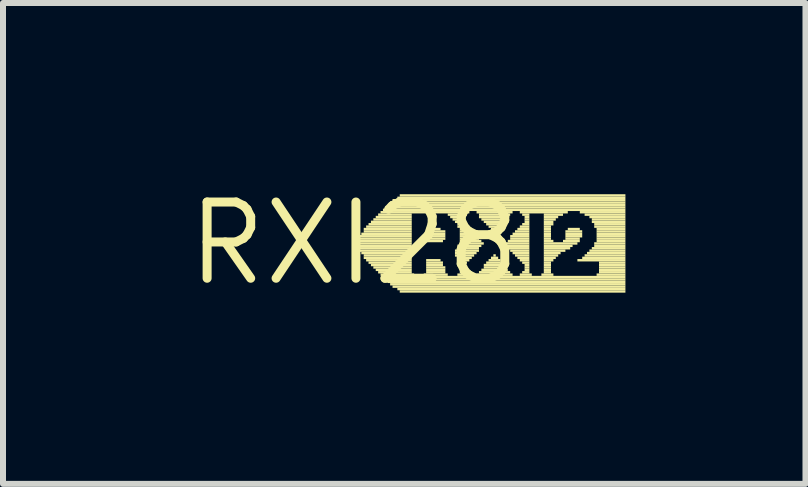
<source format=kicad_pcb>
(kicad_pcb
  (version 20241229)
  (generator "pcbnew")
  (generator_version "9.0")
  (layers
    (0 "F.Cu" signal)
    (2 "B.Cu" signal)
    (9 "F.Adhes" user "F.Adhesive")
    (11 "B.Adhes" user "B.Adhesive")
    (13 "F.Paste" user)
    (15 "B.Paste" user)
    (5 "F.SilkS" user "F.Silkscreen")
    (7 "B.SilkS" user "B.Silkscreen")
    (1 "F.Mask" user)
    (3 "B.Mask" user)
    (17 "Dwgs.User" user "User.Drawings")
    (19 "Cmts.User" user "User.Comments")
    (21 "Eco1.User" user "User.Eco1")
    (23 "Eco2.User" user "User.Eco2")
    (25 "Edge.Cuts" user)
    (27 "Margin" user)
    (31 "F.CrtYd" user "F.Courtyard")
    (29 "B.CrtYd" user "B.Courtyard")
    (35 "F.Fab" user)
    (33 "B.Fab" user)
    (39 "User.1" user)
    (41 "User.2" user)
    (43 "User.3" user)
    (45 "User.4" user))
  (footprint "RXI28"
    (layer "F.Cu")
    (at 2.85 1.006)
    (property "Reference" "RXI28" (at 0 0 0) (layer "F.SilkS") (effects (font (size 1.27 1.27) (thickness 0.15))))
    (attr through_hole)
    (fp_poly (pts (xy 0.08 -0.1) (xy 0.96 -0.1) (xy 0.96 -0.14) (xy 0.08 -0.14)) (stroke (width 0) (type solid)) (fill yes) (layer "F.SilkS"))
    (fp_poly (pts (xy 0.08 -0.06) (xy 0.96 -0.06) (xy 0.96 -0.1) (xy 0.08 -0.1)) (stroke (width 0) (type solid)) (fill yes) (layer "F.SilkS"))
    (fp_poly (pts (xy 0.08 -0.02) (xy 0.96 -0.02) (xy 0.96 -0.06) (xy 0.08 -0.06)) (stroke (width 0) (type solid)) (fill yes) (layer "F.SilkS"))
    (fp_poly (pts (xy 0.08 0.02) (xy 0.96 0.02) (xy 0.96 -0.02) (xy 0.08 -0.02)) (stroke (width 0) (type solid)) (fill yes) (layer "F.SilkS"))
    (fp_poly (pts (xy 0.08 0.06) (xy 0.96 0.06) (xy 0.96 0.02) (xy 0.08 0.02)) (stroke (width 0) (type solid)) (fill yes) (layer "F.SilkS"))
    (fp_poly (pts (xy 0.08 0.1) (xy 0.96 0.1) (xy 0.96 0.06) (xy 0.08 0.06)) (stroke (width 0) (type solid)) (fill yes) (layer "F.SilkS"))
    (fp_poly (pts (xy 0.08 0.14) (xy 0.96 0.14) (xy 0.96 0.1) (xy 0.08 0.1)) (stroke (width 0) (type solid)) (fill yes) (layer "F.SilkS"))
    (fp_poly (pts (xy 0.12 -0.14) (xy 0.96 -0.14) (xy 0.96 -0.18) (xy 0.12 -0.18)) (stroke (width 0) (type solid)) (fill yes) (layer "F.SilkS"))
    (fp_poly (pts (xy 0.12 0.18) (xy 0.96 0.18) (xy 0.96 0.14) (xy 0.12 0.14)) (stroke (width 0) (type solid)) (fill yes) (layer "F.SilkS"))
    (fp_poly (pts (xy 0.16 -0.22) (xy 0.96 -0.22) (xy 0.96 -0.26) (xy 0.16 -0.26)) (stroke (width 0) (type solid)) (fill yes) (layer "F.SilkS"))
    (fp_poly (pts (xy 0.16 -0.18) (xy 0.96 -0.18) (xy 0.96 -0.22) (xy 0.16 -0.22)) (stroke (width 0) (type solid)) (fill yes) (layer "F.SilkS"))
    (fp_poly (pts (xy 0.16 0.22) (xy 0.96 0.22) (xy 0.96 0.18) (xy 0.16 0.18)) (stroke (width 0) (type solid)) (fill yes) (layer "F.SilkS"))
    (fp_poly (pts (xy 0.16 0.26) (xy 0.96 0.26) (xy 0.96 0.22) (xy 0.16 0.22)) (stroke (width 0) (type solid)) (fill yes) (layer "F.SilkS"))
    (fp_poly (pts (xy 0.2 -0.26) (xy 0.96 -0.26) (xy 0.96 -0.3) (xy 0.2 -0.3)) (stroke (width 0) (type solid)) (fill yes) (layer "F.SilkS"))
    (fp_poly (pts (xy 0.2 0.3) (xy 0.96 0.3) (xy 0.96 0.26) (xy 0.2 0.26)) (stroke (width 0) (type solid)) (fill yes) (layer "F.SilkS"))
    (fp_poly (pts (xy 0.24 -0.3) (xy 0.96 -0.3) (xy 0.96 -0.34) (xy 0.24 -0.34)) (stroke (width 0) (type solid)) (fill yes) (layer "F.SilkS"))
    (fp_poly (pts (xy 0.24 0.34) (xy 0.96 0.34) (xy 0.96 0.3) (xy 0.24 0.3)) (stroke (width 0) (type solid)) (fill yes) (layer "F.SilkS"))
    (fp_poly (pts (xy 0.28 -0.34) (xy 0.96 -0.34) (xy 0.96 -0.38) (xy 0.28 -0.38)) (stroke (width 0) (type solid)) (fill yes) (layer "F.SilkS"))
    (fp_poly (pts (xy 0.28 0.38) (xy 0.96 0.38) (xy 0.96 0.34) (xy 0.28 0.34)) (stroke (width 0) (type solid)) (fill yes) (layer "F.SilkS"))
    (fp_poly (pts (xy 0.32 -0.38) (xy 0.96 -0.38) (xy 0.96 -0.42) (xy 0.32 -0.42)) (stroke (width 0) (type solid)) (fill yes) (layer "F.SilkS"))
    (fp_poly (pts (xy 0.32 0.42) (xy 0.96 0.42) (xy 0.96 0.38) (xy 0.32 0.38)) (stroke (width 0) (type solid)) (fill yes) (layer "F.SilkS"))
    (fp_poly (pts (xy 0.36 -0.42) (xy 0.96 -0.42) (xy 0.96 -0.46) (xy 0.36 -0.46)) (stroke (width 0) (type solid)) (fill yes) (layer "F.SilkS"))
    (fp_poly (pts (xy 0.36 0.46) (xy 0.96 0.46) (xy 0.96 0.42) (xy 0.36 0.42)) (stroke (width 0) (type solid)) (fill yes) (layer "F.SilkS"))
    (fp_poly (pts (xy 0.4 -0.46) (xy 0.96 -0.46) (xy 0.96 -0.5) (xy 0.4 -0.5)) (stroke (width 0) (type solid)) (fill yes) (layer "F.SilkS"))
    (fp_poly (pts (xy 0.4 0.5) (xy 0.96 0.5) (xy 0.96 0.46) (xy 0.4 0.46)) (stroke (width 0) (type solid)) (fill yes) (layer "F.SilkS"))
    (fp_poly (pts (xy 0.44 -0.5) (xy 1.92 -0.5) (xy 1.92 -0.54) (xy 0.44 -0.54)) (stroke (width 0) (type solid)) (fill yes) (layer "F.SilkS"))
    (fp_poly (pts (xy 0.44 0.54) (xy 1 0.54) (xy 1 0.5) (xy 0.44 0.5)) (stroke (width 0) (type solid)) (fill yes) (layer "F.SilkS"))
    (fp_poly (pts (xy 0.48 -0.54) (xy 4.52 -0.54) (xy 4.52 -0.58) (xy 0.48 -0.58)) (stroke (width 0) (type solid)) (fill yes) (layer "F.SilkS"))
    (fp_poly (pts (xy 0.48 0.58) (xy 4.52 0.58) (xy 4.52 0.54) (xy 0.48 0.54)) (stroke (width 0) (type solid)) (fill yes) (layer "F.SilkS"))
    (fp_poly (pts (xy 0.52 -0.58) (xy 4.52 -0.58) (xy 4.52 -0.62) (xy 0.52 -0.62)) (stroke (width 0) (type solid)) (fill yes) (layer "F.SilkS"))
    (fp_poly (pts (xy 0.52 0.62) (xy 4.52 0.62) (xy 4.52 0.58) (xy 0.52 0.58)) (stroke (width 0) (type solid)) (fill yes) (layer "F.SilkS"))
    (fp_poly (pts (xy 0.56 -0.62) (xy 4.52 -0.62) (xy 4.52 -0.66) (xy 0.56 -0.66)) (stroke (width 0) (type solid)) (fill yes) (layer "F.SilkS"))
    (fp_poly (pts (xy 0.56 0.66) (xy 4.52 0.66) (xy 4.52 0.62) (xy 0.56 0.62)) (stroke (width 0) (type solid)) (fill yes) (layer "F.SilkS"))
    (fp_poly (pts (xy 0.6 -0.66) (xy 4.52 -0.66) (xy 4.52 -0.7) (xy 0.6 -0.7)) (stroke (width 0) (type solid)) (fill yes) (layer "F.SilkS"))
    (fp_poly (pts (xy 0.6 0.7) (xy 4.52 0.7) (xy 4.52 0.66) (xy 0.6 0.66)) (stroke (width 0) (type solid)) (fill yes) (layer "F.SilkS"))
    (fp_poly (pts (xy 0.64 -0.7) (xy 4.52 -0.7) (xy 4.52 -0.74) (xy 0.64 -0.74)) (stroke (width 0) (type solid)) (fill yes) (layer "F.SilkS"))
    (fp_poly (pts (xy 0.64 0.74) (xy 4.52 0.74) (xy 4.52 0.7) (xy 0.64 0.7)) (stroke (width 0) (type solid)) (fill yes) (layer "F.SilkS"))
    (fp_poly (pts (xy 0.72 -0.74) (xy 4.52 -0.74) (xy 4.52 -0.78) (xy 0.72 -0.78)) (stroke (width 0) (type solid)) (fill yes) (layer "F.SilkS"))
    (fp_poly (pts (xy 0.72 0.78) (xy 4.52 0.78) (xy 4.52 0.74) (xy 0.72 0.74)) (stroke (width 0) (type solid)) (fill yes) (layer "F.SilkS"))
    (fp_poly (pts (xy 0.76 -0.78) (xy 4.52 -0.78) (xy 4.52 -0.82) (xy 0.76 -0.82)) (stroke (width 0) (type solid)) (fill yes) (layer "F.SilkS"))
    (fp_poly (pts (xy 0.76 0.82) (xy 4.52 0.82) (xy 4.52 0.78) (xy 0.76 0.78)) (stroke (width 0) (type solid)) (fill yes) (layer "F.SilkS"))
    (fp_poly (pts (xy 1.16 0.54) (xy 1.56 0.54) (xy 1.56 0.5) (xy 1.16 0.5)) (stroke (width 0) (type solid)) (fill yes) (layer "F.SilkS"))
    (fp_poly (pts (xy 1.2 -0.22) (xy 1.44 -0.22) (xy 1.44 -0.26) (xy 1.2 -0.26)) (stroke (width 0) (type solid)) (fill yes) (layer "F.SilkS"))
    (fp_poly (pts (xy 1.2 -0.18) (xy 1.52 -0.18) (xy 1.52 -0.22) (xy 1.2 -0.22)) (stroke (width 0) (type solid)) (fill yes) (layer "F.SilkS"))
    (fp_poly (pts (xy 1.2 -0.14) (xy 1.52 -0.14) (xy 1.52 -0.18) (xy 1.2 -0.18)) (stroke (width 0) (type solid)) (fill yes) (layer "F.SilkS"))
    (fp_poly (pts (xy 1.2 -0.1) (xy 1.52 -0.1) (xy 1.52 -0.14) (xy 1.2 -0.14)) (stroke (width 0) (type solid)) (fill yes) (layer "F.SilkS"))
    (fp_poly (pts (xy 1.2 -0.06) (xy 1.52 -0.06) (xy 1.52 -0.1) (xy 1.2 -0.1)) (stroke (width 0) (type solid)) (fill yes) (layer "F.SilkS"))
    (fp_poly (pts (xy 1.2 -0.02) (xy 1.48 -0.02) (xy 1.48 -0.06) (xy 1.2 -0.06)) (stroke (width 0) (type solid)) (fill yes) (layer "F.SilkS"))
    (fp_poly (pts (xy 1.2 0.3) (xy 1.44 0.3) (xy 1.44 0.26) (xy 1.2 0.26)) (stroke (width 0) (type solid)) (fill yes) (layer "F.SilkS"))
    (fp_poly (pts (xy 1.2 0.34) (xy 1.48 0.34) (xy 1.48 0.3) (xy 1.2 0.3)) (stroke (width 0) (type solid)) (fill yes) (layer "F.SilkS"))
    (fp_poly (pts (xy 1.2 0.38) (xy 1.48 0.38) (xy 1.48 0.34) (xy 1.2 0.34)) (stroke (width 0) (type solid)) (fill yes) (layer "F.SilkS"))
    (fp_poly (pts (xy 1.2 0.42) (xy 1.52 0.42) (xy 1.52 0.38) (xy 1.2 0.38)) (stroke (width 0) (type solid)) (fill yes) (layer "F.SilkS"))
    (fp_poly (pts (xy 1.2 0.46) (xy 1.52 0.46) (xy 1.52 0.42) (xy 1.2 0.42)) (stroke (width 0) (type solid)) (fill yes) (layer "F.SilkS"))
    (fp_poly (pts (xy 1.2 0.5) (xy 1.52 0.5) (xy 1.52 0.46) (xy 1.2 0.46)) (stroke (width 0) (type solid)) (fill yes) (layer "F.SilkS"))
    (fp_poly (pts (xy 1.56 -0.46) (xy 1.88 -0.46) (xy 1.88 -0.5) (xy 1.56 -0.5)) (stroke (width 0) (type solid)) (fill yes) (layer "F.SilkS"))
    (fp_poly (pts (xy 1.6 -0.42) (xy 1.84 -0.42) (xy 1.84 -0.46) (xy 1.6 -0.46)) (stroke (width 0) (type solid)) (fill yes) (layer "F.SilkS"))
    (fp_poly (pts (xy 1.64 -0.38) (xy 1.84 -0.38) (xy 1.84 -0.42) (xy 1.64 -0.42)) (stroke (width 0) (type solid)) (fill yes) (layer "F.SilkS"))
    (fp_poly (pts (xy 1.68 -0.34) (xy 1.84 -0.34) (xy 1.84 -0.38) (xy 1.68 -0.38)) (stroke (width 0) (type solid)) (fill yes) (layer "F.SilkS"))
    (fp_poly (pts (xy 1.68 0.14) (xy 2.08 0.14) (xy 2.08 0.1) (xy 1.68 0.1)) (stroke (width 0) (type solid)) (fill yes) (layer "F.SilkS"))
    (fp_poly (pts (xy 1.68 0.18) (xy 2.04 0.18) (xy 2.04 0.14) (xy 1.68 0.14)) (stroke (width 0) (type solid)) (fill yes) (layer "F.SilkS"))
    (fp_poly (pts (xy 1.68 0.22) (xy 2 0.22) (xy 2 0.18) (xy 1.68 0.18)) (stroke (width 0) (type solid)) (fill yes) (layer "F.SilkS"))
    (fp_poly (pts (xy 1.72 -0.3) (xy 1.88 -0.3) (xy 1.88 -0.34) (xy 1.72 -0.34)) (stroke (width 0) (type solid)) (fill yes) (layer "F.SilkS"))
    (fp_poly (pts (xy 1.72 -0.26) (xy 1.92 -0.26) (xy 1.92 -0.3) (xy 1.72 -0.3)) (stroke (width 0) (type solid)) (fill yes) (layer "F.SilkS"))
    (fp_poly (pts (xy 1.72 0.06) (xy 2.12 0.06) (xy 2.12 0.02) (xy 1.72 0.02)) (stroke (width 0) (type solid)) (fill yes) (layer "F.SilkS"))
    (fp_poly (pts (xy 1.72 0.1) (xy 2.08 0.1) (xy 2.08 0.06) (xy 1.72 0.06)) (stroke (width 0) (type solid)) (fill yes) (layer "F.SilkS"))
    (fp_poly (pts (xy 1.72 0.26) (xy 1.96 0.26) (xy 1.96 0.22) (xy 1.72 0.22)) (stroke (width 0) (type solid)) (fill yes) (layer "F.SilkS"))
    (fp_poly (pts (xy 1.72 0.3) (xy 1.92 0.3) (xy 1.92 0.26) (xy 1.72 0.26)) (stroke (width 0) (type solid)) (fill yes) (layer "F.SilkS"))
    (fp_poly (pts (xy 1.72 0.34) (xy 1.88 0.34) (xy 1.88 0.3) (xy 1.72 0.3)) (stroke (width 0) (type solid)) (fill yes) (layer "F.SilkS"))
    (fp_poly (pts (xy 1.72 0.54) (xy 1.92 0.54) (xy 1.92 0.5) (xy 1.72 0.5)) (stroke (width 0) (type solid)) (fill yes) (layer "F.SilkS"))
    (fp_poly (pts (xy 1.76 -0.22) (xy 1.96 -0.22) (xy 1.96 -0.26) (xy 1.76 -0.26)) (stroke (width 0) (type solid)) (fill yes) (layer "F.SilkS"))
    (fp_poly (pts (xy 1.76 -0.18) (xy 1.96 -0.18) (xy 1.96 -0.22) (xy 1.76 -0.22)) (stroke (width 0) (type solid)) (fill yes) (layer "F.SilkS"))
    (fp_poly (pts (xy 1.76 -0.14) (xy 2 -0.14) (xy 2 -0.18) (xy 1.76 -0.18)) (stroke (width 0) (type solid)) (fill yes) (layer "F.SilkS"))
    (fp_poly (pts (xy 1.76 -0.1) (xy 2.04 -0.1) (xy 2.04 -0.14) (xy 1.76 -0.14)) (stroke (width 0) (type solid)) (fill yes) (layer "F.SilkS"))
    (fp_poly (pts (xy 1.76 -0.06) (xy 2.08 -0.06) (xy 2.08 -0.1) (xy 1.76 -0.1)) (stroke (width 0) (type solid)) (fill yes) (layer "F.SilkS"))
    (fp_poly (pts (xy 1.76 -0.02) (xy 2.12 -0.02) (xy 2.12 -0.06) (xy 1.76 -0.06)) (stroke (width 0) (type solid)) (fill yes) (layer "F.SilkS"))
    (fp_poly (pts (xy 1.76 0.02) (xy 2.16 0.02) (xy 2.16 -0.02) (xy 1.76 -0.02)) (stroke (width 0) (type solid)) (fill yes) (layer "F.SilkS"))
    (fp_poly (pts (xy 1.76 0.38) (xy 1.84 0.38) (xy 1.84 0.34) (xy 1.76 0.34)) (stroke (width 0) (type solid)) (fill yes) (layer "F.SilkS"))
    (fp_poly (pts (xy 1.76 0.42) (xy 1.84 0.42) (xy 1.84 0.38) (xy 1.76 0.38)) (stroke (width 0) (type solid)) (fill yes) (layer "F.SilkS"))
    (fp_poly (pts (xy 1.76 0.46) (xy 1.84 0.46) (xy 1.84 0.42) (xy 1.76 0.42)) (stroke (width 0) (type solid)) (fill yes) (layer "F.SilkS"))
    (fp_poly (pts (xy 1.76 0.5) (xy 1.84 0.5) (xy 1.84 0.46) (xy 1.76 0.46)) (stroke (width 0) (type solid)) (fill yes) (layer "F.SilkS"))
    (fp_poly (pts (xy 2.04 -0.5) (xy 2.64 -0.5) (xy 2.64 -0.54) (xy 2.04 -0.54)) (stroke (width 0) (type solid)) (fill yes) (layer "F.SilkS"))
    (fp_poly (pts (xy 2.04 0.54) (xy 2.64 0.54) (xy 2.64 0.5) (xy 2.04 0.5)) (stroke (width 0) (type solid)) (fill yes) (layer "F.SilkS"))
    (fp_poly (pts (xy 2.08 -0.46) (xy 2.6 -0.46) (xy 2.6 -0.5) (xy 2.08 -0.5)) (stroke (width 0) (type solid)) (fill yes) (layer "F.SilkS"))
    (fp_poly (pts (xy 2.08 -0.42) (xy 2.56 -0.42) (xy 2.56 -0.46) (xy 2.08 -0.46)) (stroke (width 0) (type solid)) (fill yes) (layer "F.SilkS"))
    (fp_poly (pts (xy 2.08 0.5) (xy 2.6 0.5) (xy 2.6 0.46) (xy 2.08 0.46)) (stroke (width 0) (type solid)) (fill yes) (layer "F.SilkS"))
    (fp_poly (pts (xy 2.12 -0.38) (xy 2.52 -0.38) (xy 2.52 -0.42) (xy 2.12 -0.42)) (stroke (width 0) (type solid)) (fill yes) (layer "F.SilkS"))
    (fp_poly (pts (xy 2.12 0.46) (xy 2.56 0.46) (xy 2.56 0.42) (xy 2.12 0.42)) (stroke (width 0) (type solid)) (fill yes) (layer "F.SilkS"))
    (fp_poly (pts (xy 2.16 -0.34) (xy 2.52 -0.34) (xy 2.52 -0.38) (xy 2.16 -0.38)) (stroke (width 0) (type solid)) (fill yes) (layer "F.SilkS"))
    (fp_poly (pts (xy 2.16 0.38) (xy 2.48 0.38) (xy 2.48 0.34) (xy 2.16 0.34)) (stroke (width 0) (type solid)) (fill yes) (layer "F.SilkS"))
    (fp_poly (pts (xy 2.16 0.42) (xy 2.52 0.42) (xy 2.52 0.38) (xy 2.16 0.38)) (stroke (width 0) (type solid)) (fill yes) (layer "F.SilkS"))
    (fp_poly (pts (xy 2.2 -0.3) (xy 2.48 -0.3) (xy 2.48 -0.34) (xy 2.2 -0.34)) (stroke (width 0) (type solid)) (fill yes) (layer "F.SilkS"))
    (fp_poly (pts (xy 2.2 0.34) (xy 2.44 0.34) (xy 2.44 0.3) (xy 2.2 0.3)) (stroke (width 0) (type solid)) (fill yes) (layer "F.SilkS"))
    (fp_poly (pts (xy 2.24 -0.26) (xy 2.44 -0.26) (xy 2.44 -0.3) (xy 2.24 -0.3)) (stroke (width 0) (type solid)) (fill yes) (layer "F.SilkS"))
    (fp_poly (pts (xy 2.24 0.3) (xy 2.44 0.3) (xy 2.44 0.26) (xy 2.24 0.26)) (stroke (width 0) (type solid)) (fill yes) (layer "F.SilkS"))
    (fp_poly (pts (xy 2.28 -0.22) (xy 2.4 -0.22) (xy 2.4 -0.26) (xy 2.28 -0.26)) (stroke (width 0) (type solid)) (fill yes) (layer "F.SilkS"))
    (fp_poly (pts (xy 2.28 0.26) (xy 2.4 0.26) (xy 2.4 0.22) (xy 2.28 0.22)) (stroke (width 0) (type solid)) (fill yes) (layer "F.SilkS"))
    (fp_poly (pts (xy 2.32 -0.18) (xy 2.36 -0.18) (xy 2.36 -0.22) (xy 2.32 -0.22)) (stroke (width 0) (type solid)) (fill yes) (layer "F.SilkS"))
    (fp_poly (pts (xy 2.32 0.22) (xy 2.36 0.22) (xy 2.36 0.18) (xy 2.32 0.18)) (stroke (width 0) (type solid)) (fill yes) (layer "F.SilkS"))
    (fp_poly (pts (xy 2.52 0.02) (xy 2.92 0.02) (xy 2.92 -0.02) (xy 2.52 -0.02)) (stroke (width 0) (type solid)) (fill yes) (layer "F.SilkS"))
    (fp_poly (pts (xy 2.52 0.06) (xy 2.92 0.06) (xy 2.92 0.02) (xy 2.52 0.02)) (stroke (width 0) (type solid)) (fill yes) (layer "F.SilkS"))
    (fp_poly (pts (xy 2.56 -0.02) (xy 2.92 -0.02) (xy 2.92 -0.06) (xy 2.56 -0.06)) (stroke (width 0) (type solid)) (fill yes) (layer "F.SilkS"))
    (fp_poly (pts (xy 2.56 0.1) (xy 2.92 0.1) (xy 2.92 0.06) (xy 2.56 0.06)) (stroke (width 0) (type solid)) (fill yes) (layer "F.SilkS"))
    (fp_poly (pts (xy 2.6 -0.1) (xy 2.92 -0.1) (xy 2.92 -0.14) (xy 2.6 -0.14)) (stroke (width 0) (type solid)) (fill yes) (layer "F.SilkS"))
    (fp_poly (pts (xy 2.6 -0.06) (xy 2.92 -0.06) (xy 2.92 -0.1) (xy 2.6 -0.1)) (stroke (width 0) (type solid)) (fill yes) (layer "F.SilkS"))
    (fp_poly (pts (xy 2.6 0.14) (xy 2.92 0.14) (xy 2.92 0.1) (xy 2.6 0.1)) (stroke (width 0) (type solid)) (fill yes) (layer "F.SilkS"))
    (fp_poly (pts (xy 2.64 -0.14) (xy 2.92 -0.14) (xy 2.92 -0.18) (xy 2.64 -0.18)) (stroke (width 0) (type solid)) (fill yes) (layer "F.SilkS"))
    (fp_poly (pts (xy 2.64 0.18) (xy 2.92 0.18) (xy 2.92 0.14) (xy 2.64 0.14)) (stroke (width 0) (type solid)) (fill yes) (layer "F.SilkS"))
    (fp_poly (pts (xy 2.68 -0.18) (xy 2.92 -0.18) (xy 2.92 -0.22) (xy 2.68 -0.22)) (stroke (width 0) (type solid)) (fill yes) (layer "F.SilkS"))
    (fp_poly (pts (xy 2.68 0.22) (xy 2.92 0.22) (xy 2.92 0.18) (xy 2.68 0.18)) (stroke (width 0) (type solid)) (fill yes) (layer "F.SilkS"))
    (fp_poly (pts (xy 2.72 -0.22) (xy 2.92 -0.22) (xy 2.92 -0.26) (xy 2.72 -0.26)) (stroke (width 0) (type solid)) (fill yes) (layer "F.SilkS"))
    (fp_poly (pts (xy 2.72 0.26) (xy 2.92 0.26) (xy 2.92 0.22) (xy 2.72 0.22)) (stroke (width 0) (type solid)) (fill yes) (layer "F.SilkS"))
    (fp_poly (pts (xy 2.76 -0.5) (xy 3.56 -0.5) (xy 3.56 -0.54) (xy 2.76 -0.54)) (stroke (width 0) (type solid)) (fill yes) (layer "F.SilkS"))
    (fp_poly (pts (xy 2.76 -0.26) (xy 2.92 -0.26) (xy 2.92 -0.3) (xy 2.76 -0.3)) (stroke (width 0) (type solid)) (fill yes) (layer "F.SilkS"))
    (fp_poly (pts (xy 2.76 0.3) (xy 2.92 0.3) (xy 2.92 0.26) (xy 2.76 0.26)) (stroke (width 0) (type solid)) (fill yes) (layer "F.SilkS"))
    (fp_poly (pts (xy 2.76 0.54) (xy 2.96 0.54) (xy 2.96 0.5) (xy 2.76 0.5)) (stroke (width 0) (type solid)) (fill yes) (layer "F.SilkS"))
    (fp_poly (pts (xy 2.8 -0.46) (xy 2.92 -0.46) (xy 2.92 -0.5) (xy 2.8 -0.5)) (stroke (width 0) (type solid)) (fill yes) (layer "F.SilkS"))
    (fp_poly (pts (xy 2.8 -0.3) (xy 2.92 -0.3) (xy 2.92 -0.34) (xy 2.8 -0.34)) (stroke (width 0) (type solid)) (fill yes) (layer "F.SilkS"))
    (fp_poly (pts (xy 2.8 0.34) (xy 2.92 0.34) (xy 2.92 0.3) (xy 2.8 0.3)) (stroke (width 0) (type solid)) (fill yes) (layer "F.SilkS"))
    (fp_poly (pts (xy 2.8 0.5) (xy 2.92 0.5) (xy 2.92 0.46) (xy 2.8 0.46)) (stroke (width 0) (type solid)) (fill yes) (layer "F.SilkS"))
    (fp_poly (pts (xy 2.84 -0.42) (xy 2.92 -0.42) (xy 2.92 -0.46) (xy 2.84 -0.46)) (stroke (width 0) (type solid)) (fill yes) (layer "F.SilkS"))
    (fp_poly (pts (xy 2.84 -0.38) (xy 2.92 -0.38) (xy 2.92 -0.42) (xy 2.84 -0.42)) (stroke (width 0) (type solid)) (fill yes) (layer "F.SilkS"))
    (fp_poly (pts (xy 2.84 -0.34) (xy 2.92 -0.34) (xy 2.92 -0.38) (xy 2.84 -0.38)) (stroke (width 0) (type solid)) (fill yes) (layer "F.SilkS"))
    (fp_poly (pts (xy 2.84 0.38) (xy 2.92 0.38) (xy 2.92 0.34) (xy 2.84 0.34)) (stroke (width 0) (type solid)) (fill yes) (layer "F.SilkS"))
    (fp_poly (pts (xy 2.84 0.42) (xy 2.92 0.42) (xy 2.92 0.38) (xy 2.84 0.38)) (stroke (width 0) (type solid)) (fill yes) (layer "F.SilkS"))
    (fp_poly (pts (xy 2.84 0.46) (xy 2.92 0.46) (xy 2.92 0.42) (xy 2.84 0.42)) (stroke (width 0) (type solid)) (fill yes) (layer "F.SilkS"))
    (fp_poly (pts (xy 3.12 0.54) (xy 3.32 0.54) (xy 3.32 0.5) (xy 3.12 0.5)) (stroke (width 0) (type solid)) (fill yes) (layer "F.SilkS"))
    (fp_poly (pts (xy 3.16 -0.46) (xy 3.48 -0.46) (xy 3.48 -0.5) (xy 3.16 -0.5)) (stroke (width 0) (type solid)) (fill yes) (layer "F.SilkS"))
    (fp_poly (pts (xy 3.16 -0.42) (xy 3.4 -0.42) (xy 3.4 -0.46) (xy 3.16 -0.46)) (stroke (width 0) (type solid)) (fill yes) (layer "F.SilkS"))
    (fp_poly (pts (xy 3.16 -0.38) (xy 3.36 -0.38) (xy 3.36 -0.42) (xy 3.16 -0.42)) (stroke (width 0) (type solid)) (fill yes) (layer "F.SilkS"))
    (fp_poly (pts (xy 3.16 -0.34) (xy 3.32 -0.34) (xy 3.32 -0.38) (xy 3.16 -0.38)) (stroke (width 0) (type solid)) (fill yes) (layer "F.SilkS"))
    (fp_poly (pts (xy 3.16 -0.3) (xy 3.32 -0.3) (xy 3.32 -0.34) (xy 3.16 -0.34)) (stroke (width 0) (type solid)) (fill yes) (layer "F.SilkS"))
    (fp_poly (pts (xy 3.16 -0.26) (xy 3.28 -0.26) (xy 3.28 -0.3) (xy 3.16 -0.3)) (stroke (width 0) (type solid)) (fill yes) (layer "F.SilkS"))
    (fp_poly (pts (xy 3.16 -0.22) (xy 3.28 -0.22) (xy 3.28 -0.26) (xy 3.16 -0.26)) (stroke (width 0) (type solid)) (fill yes) (layer "F.SilkS"))
    (fp_poly (pts (xy 3.16 -0.18) (xy 3.28 -0.18) (xy 3.28 -0.22) (xy 3.16 -0.22)) (stroke (width 0) (type solid)) (fill yes) (layer "F.SilkS"))
    (fp_poly (pts (xy 3.16 -0.14) (xy 3.28 -0.14) (xy 3.28 -0.18) (xy 3.16 -0.18)) (stroke (width 0) (type solid)) (fill yes) (layer "F.SilkS"))
    (fp_poly (pts (xy 3.16 -0.1) (xy 3.28 -0.1) (xy 3.28 -0.14) (xy 3.16 -0.14)) (stroke (width 0) (type solid)) (fill yes) (layer "F.SilkS"))
    (fp_poly (pts (xy 3.16 -0.06) (xy 3.28 -0.06) (xy 3.28 -0.1) (xy 3.16 -0.1)) (stroke (width 0) (type solid)) (fill yes) (layer "F.SilkS"))
    (fp_poly (pts (xy 3.16 -0.02) (xy 3.32 -0.02) (xy 3.32 -0.06) (xy 3.16 -0.06)) (stroke (width 0) (type solid)) (fill yes) (layer "F.SilkS"))
    (fp_poly (pts (xy 3.16 0.02) (xy 3.72 0.02) (xy 3.72 -0.02) (xy 3.16 -0.02)) (stroke (width 0) (type solid)) (fill yes) (layer "F.SilkS"))
    (fp_poly (pts (xy 3.16 0.06) (xy 3.64 0.06) (xy 3.64 0.02) (xy 3.16 0.02)) (stroke (width 0) (type solid)) (fill yes) (layer "F.SilkS"))
    (fp_poly (pts (xy 3.16 0.1) (xy 3.6 0.1) (xy 3.6 0.06) (xy 3.16 0.06)) (stroke (width 0) (type solid)) (fill yes) (layer "F.SilkS"))
    (fp_poly (pts (xy 3.16 0.14) (xy 3.52 0.14) (xy 3.52 0.1) (xy 3.16 0.1)) (stroke (width 0) (type solid)) (fill yes) (layer "F.SilkS"))
    (fp_poly (pts (xy 3.16 0.18) (xy 3.44 0.18) (xy 3.44 0.14) (xy 3.16 0.14)) (stroke (width 0) (type solid)) (fill yes) (layer "F.SilkS"))
    (fp_poly (pts (xy 3.16 0.22) (xy 3.4 0.22) (xy 3.4 0.18) (xy 3.16 0.18)) (stroke (width 0) (type solid)) (fill yes) (layer "F.SilkS"))
    (fp_poly (pts (xy 3.16 0.26) (xy 3.36 0.26) (xy 3.36 0.22) (xy 3.16 0.22)) (stroke (width 0) (type solid)) (fill yes) (layer "F.SilkS"))
    (fp_poly (pts (xy 3.16 0.3) (xy 3.32 0.3) (xy 3.32 0.26) (xy 3.16 0.26)) (stroke (width 0) (type solid)) (fill yes) (layer "F.SilkS"))
    (fp_poly (pts (xy 3.16 0.34) (xy 3.28 0.34) (xy 3.28 0.3) (xy 3.16 0.3)) (stroke (width 0) (type solid)) (fill yes) (layer "F.SilkS"))
    (fp_poly (pts (xy 3.16 0.38) (xy 3.28 0.38) (xy 3.28 0.34) (xy 3.16 0.34)) (stroke (width 0) (type solid)) (fill yes) (layer "F.SilkS"))
    (fp_poly (pts (xy 3.16 0.42) (xy 3.28 0.42) (xy 3.28 0.38) (xy 3.16 0.38)) (stroke (width 0) (type solid)) (fill yes) (layer "F.SilkS"))
    (fp_poly (pts (xy 3.16 0.46) (xy 3.28 0.46) (xy 3.28 0.42) (xy 3.16 0.42)) (stroke (width 0) (type solid)) (fill yes) (layer "F.SilkS"))
    (fp_poly (pts (xy 3.16 0.5) (xy 3.28 0.5) (xy 3.28 0.46) (xy 3.16 0.46)) (stroke (width 0) (type solid)) (fill yes) (layer "F.SilkS"))
    (fp_poly (pts (xy 3.48 -0.02) (xy 3.76 -0.02) (xy 3.76 -0.06) (xy 3.48 -0.06)) (stroke (width 0) (type solid)) (fill yes) (layer "F.SilkS"))
    (fp_poly (pts (xy 3.52 -0.18) (xy 3.8 -0.18) (xy 3.8 -0.22) (xy 3.52 -0.22)) (stroke (width 0) (type solid)) (fill yes) (layer "F.SilkS"))
    (fp_poly (pts (xy 3.52 -0.14) (xy 3.8 -0.14) (xy 3.8 -0.18) (xy 3.52 -0.18)) (stroke (width 0) (type solid)) (fill yes) (layer "F.SilkS"))
    (fp_poly (pts (xy 3.52 -0.1) (xy 3.8 -0.1) (xy 3.8 -0.14) (xy 3.52 -0.14)) (stroke (width 0) (type solid)) (fill yes) (layer "F.SilkS"))
    (fp_poly (pts (xy 3.52 -0.06) (xy 3.76 -0.06) (xy 3.76 -0.1) (xy 3.52 -0.1)) (stroke (width 0) (type solid)) (fill yes) (layer "F.SilkS"))
    (fp_poly (pts (xy 3.56 -0.22) (xy 3.76 -0.22) (xy 3.76 -0.26) (xy 3.56 -0.26)) (stroke (width 0) (type solid)) (fill yes) (layer "F.SilkS"))
    (fp_poly (pts (xy 3.72 0.3) (xy 4.52 0.3) (xy 4.52 0.26) (xy 3.72 0.26)) (stroke (width 0) (type solid)) (fill yes) (layer "F.SilkS"))
    (fp_poly (pts (xy 3.76 -0.5) (xy 4.52 -0.5) (xy 4.52 -0.54) (xy 3.76 -0.54)) (stroke (width 0) (type solid)) (fill yes) (layer "F.SilkS"))
    (fp_poly (pts (xy 3.8 0.26) (xy 4.52 0.26) (xy 4.52 0.22) (xy 3.8 0.22)) (stroke (width 0) (type solid)) (fill yes) (layer "F.SilkS"))
    (fp_poly (pts (xy 3.84 -0.46) (xy 4.52 -0.46) (xy 4.52 -0.5) (xy 3.84 -0.5)) (stroke (width 0) (type solid)) (fill yes) (layer "F.SilkS"))
    (fp_poly (pts (xy 3.84 0.22) (xy 4.52 0.22) (xy 4.52 0.18) (xy 3.84 0.18)) (stroke (width 0) (type solid)) (fill yes) (layer "F.SilkS"))
    (fp_poly (pts (xy 3.88 0.18) (xy 4.52 0.18) (xy 4.52 0.14) (xy 3.88 0.14)) (stroke (width 0) (type solid)) (fill yes) (layer "F.SilkS"))
    (fp_poly (pts (xy 3.92 -0.42) (xy 4.52 -0.42) (xy 4.52 -0.46) (xy 3.92 -0.46)) (stroke (width 0) (type solid)) (fill yes) (layer "F.SilkS"))
    (fp_poly (pts (xy 3.92 0.14) (xy 4.52 0.14) (xy 4.52 0.1) (xy 3.92 0.1)) (stroke (width 0) (type solid)) (fill yes) (layer "F.SilkS"))
    (fp_poly (pts (xy 3.96 -0.38) (xy 4.52 -0.38) (xy 4.52 -0.42) (xy 3.96 -0.42)) (stroke (width 0) (type solid)) (fill yes) (layer "F.SilkS"))
    (fp_poly (pts (xy 3.96 -0.34) (xy 4.52 -0.34) (xy 4.52 -0.38) (xy 3.96 -0.38)) (stroke (width 0) (type solid)) (fill yes) (layer "F.SilkS"))
    (fp_poly (pts (xy 3.96 0.1) (xy 4.52 0.1) (xy 4.52 0.06) (xy 3.96 0.06)) (stroke (width 0) (type solid)) (fill yes) (layer "F.SilkS"))
    (fp_poly (pts (xy 4 -0.3) (xy 4.52 -0.3) (xy 4.52 -0.34) (xy 4 -0.34)) (stroke (width 0) (type solid)) (fill yes) (layer "F.SilkS"))
    (fp_poly (pts (xy 4 -0.26) (xy 4.52 -0.26) (xy 4.52 -0.3) (xy 4 -0.3)) (stroke (width 0) (type solid)) (fill yes) (layer "F.SilkS"))
    (fp_poly (pts (xy 4 0.02) (xy 4.52 0.02) (xy 4.52 -0.02) (xy 4 -0.02)) (stroke (width 0) (type solid)) (fill yes) (layer "F.SilkS"))
    (fp_poly (pts (xy 4 0.06) (xy 4.52 0.06) (xy 4.52 0.02) (xy 4 0.02)) (stroke (width 0) (type solid)) (fill yes) (layer "F.SilkS"))
    (fp_poly (pts (xy 4.04 -0.22) (xy 4.52 -0.22) (xy 4.52 -0.26) (xy 4.04 -0.26)) (stroke (width 0) (type solid)) (fill yes) (layer "F.SilkS"))
    (fp_poly (pts (xy 4.04 -0.18) (xy 4.52 -0.18) (xy 4.52 -0.22) (xy 4.04 -0.22)) (stroke (width 0) (type solid)) (fill yes) (layer "F.SilkS"))
    (fp_poly (pts (xy 4.04 -0.14) (xy 4.52 -0.14) (xy 4.52 -0.18) (xy 4.04 -0.18)) (stroke (width 0) (type solid)) (fill yes) (layer "F.SilkS"))
    (fp_poly (pts (xy 4.04 -0.1) (xy 4.52 -0.1) (xy 4.52 -0.14) (xy 4.04 -0.14)) (stroke (width 0) (type solid)) (fill yes) (layer "F.SilkS"))
    (fp_poly (pts (xy 4.04 -0.06) (xy 4.52 -0.06) (xy 4.52 -0.1) (xy 4.04 -0.1)) (stroke (width 0) (type solid)) (fill yes) (layer "F.SilkS"))
    (fp_poly (pts (xy 4.04 -0.02) (xy 4.52 -0.02) (xy 4.52 -0.06) (xy 4.04 -0.06)) (stroke (width 0) (type solid)) (fill yes) (layer "F.SilkS"))
    (fp_poly (pts (xy 4.04 0.54) (xy 4.52 0.54) (xy 4.52 0.5) (xy 4.04 0.5)) (stroke (width 0) (type solid)) (fill yes) (layer "F.SilkS"))
    (fp_poly (pts (xy 4.08 0.34) (xy 4.52 0.34) (xy 4.52 0.3) (xy 4.08 0.3)) (stroke (width 0) (type solid)) (fill yes) (layer "F.SilkS"))
    (fp_poly (pts (xy 4.08 0.38) (xy 4.52 0.38) (xy 4.52 0.34) (xy 4.08 0.34)) (stroke (width 0) (type solid)) (fill yes) (layer "F.SilkS"))
    (fp_poly (pts (xy 4.08 0.42) (xy 4.52 0.42) (xy 4.52 0.38) (xy 4.08 0.38)) (stroke (width 0) (type solid)) (fill yes) (layer "F.SilkS"))
    (fp_poly (pts (xy 4.08 0.46) (xy 4.52 0.46) (xy 4.52 0.42) (xy 4.08 0.42)) (stroke (width 0) (type solid)) (fill yes) (layer "F.SilkS"))
    (fp_poly (pts (xy 4.08 0.5) (xy 4.52 0.5) (xy 4.52 0.46) (xy 4.08 0.46)) (stroke (width 0) (type solid)) (fill yes) (layer "F.SilkS")))
  (gr_rect
    (start -3 -3)
    (end 10.37 5.012)
    (stroke (width 0.1) (type default))
    (fill no)
    (layer "Edge.Cuts")))
</source>
